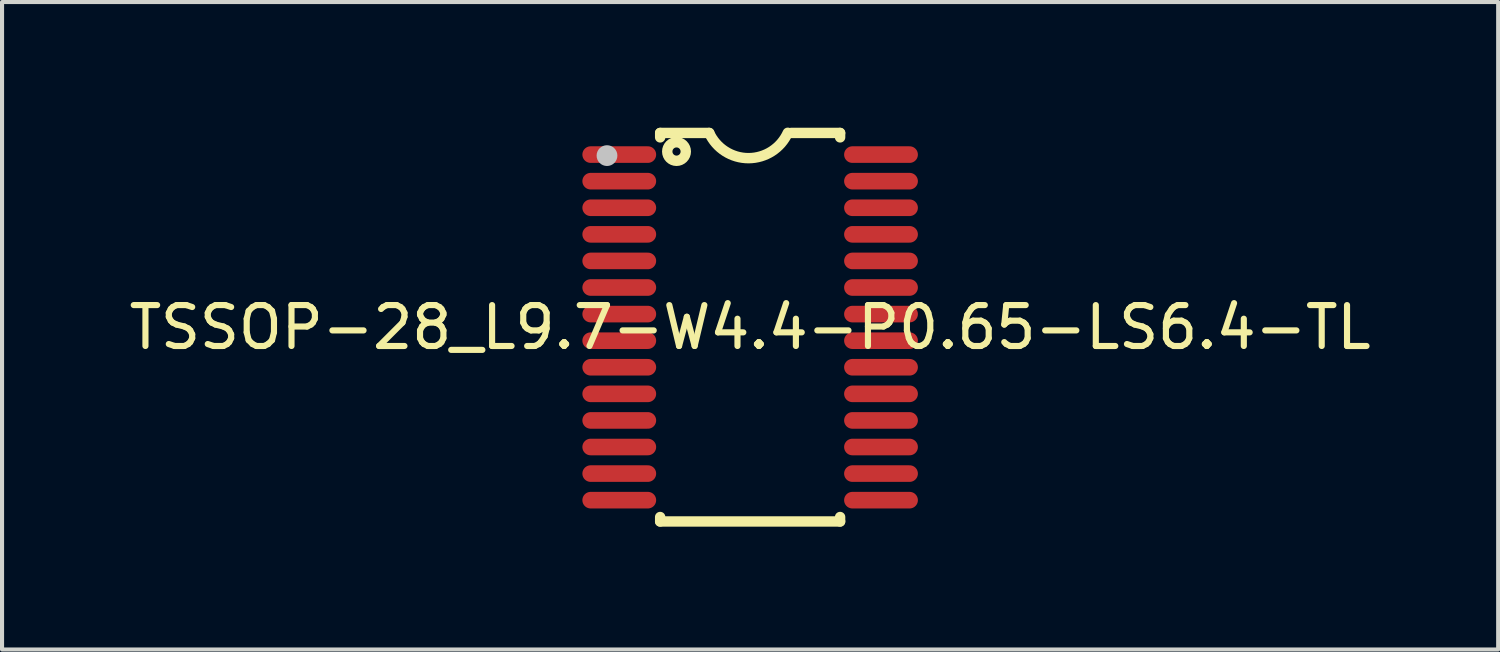
<source format=kicad_pcb>
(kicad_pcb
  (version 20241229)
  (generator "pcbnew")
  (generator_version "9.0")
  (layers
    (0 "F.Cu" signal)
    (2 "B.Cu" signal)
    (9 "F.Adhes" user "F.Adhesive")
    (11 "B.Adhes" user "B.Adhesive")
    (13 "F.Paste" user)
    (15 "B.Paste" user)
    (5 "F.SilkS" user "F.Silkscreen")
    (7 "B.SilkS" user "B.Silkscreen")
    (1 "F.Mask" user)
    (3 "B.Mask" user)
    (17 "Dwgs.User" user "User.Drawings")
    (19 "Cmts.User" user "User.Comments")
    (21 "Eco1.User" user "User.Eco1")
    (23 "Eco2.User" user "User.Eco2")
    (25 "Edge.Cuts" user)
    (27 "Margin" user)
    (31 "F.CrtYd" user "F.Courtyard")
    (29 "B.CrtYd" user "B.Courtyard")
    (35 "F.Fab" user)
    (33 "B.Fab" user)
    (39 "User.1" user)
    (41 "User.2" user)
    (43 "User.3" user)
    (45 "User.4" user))
  (footprint "TSSOP-28_L9.7-W4.4-P0.65-LS6.4-TL"
    (layer "F.Cu")
    (at 15.292 4.955)
    (property "Reference" "TSSOP-28_L9.7-W4.4-P0.65-LS6.4-TL" (at 0 0 0) (layer "F.SilkS") (effects (font (size 1 1) (thickness 0.15))))
    (fp_line (start -2.2 -4.754) (end -2.2 -4.646) (stroke (width 0.254) (type default)) (layer "F.SilkS"))
    (fp_line (start -2.2 -4.754) (end -1 -4.754) (stroke (width 0.254) (type default)) (layer "F.SilkS"))
    (fp_line (start -2.2 4.637) (end -2.2 4.746) (stroke (width 0.254) (type default)) (layer "F.SilkS"))
    (fp_line (start -2.2 4.746) (end 2.2 4.746) (stroke (width 0.254) (type default)) (layer "F.SilkS"))
    (fp_line (start 2.2 -4.754) (end 1 -4.754) (stroke (width 0.254) (type default)) (layer "F.SilkS"))
    (fp_line (start 2.2 -4.754) (end 2.2 -4.646) (stroke (width 0.254) (type default)) (layer "F.SilkS"))
    (fp_line (start 2.2 4.637) (end 2.2 4.746) (stroke (width 0.254) (type default)) (layer "F.SilkS"))
    (fp_arc (start 0.921 -4.758) (mid -0.038265 -4.137679) (end -1 -4.754) (stroke (width 0.254) (type default)) (layer "F.SilkS"))
    (fp_circle (center -1.8 -4.3) (end -1.7 -4.3) (stroke (width 0.254) (type default)) (fill no) (layer "F.SilkS"))
    (fp_circle (center -3.5 -4.2) (end -3.373 -4.2) (stroke (width 0.254) (type default)) (fill no) (layer "Dwgs.User"))
    (fp_poly (pts (xy -3.2 -4.075) (xy -3.2 -4.375) (xy -2.6 -4.375) (xy -2.6 -4.075)) (stroke (width 0.1) (type default)) (fill no) (layer "User.1"))
    (fp_poly (pts (xy -3.2 -3.425) (xy -3.2 -3.725) (xy -2.6 -3.725) (xy -2.6 -3.425)) (stroke (width 0.1) (type default)) (fill no) (layer "User.1"))
    (fp_poly (pts (xy -3.2 -2.775) (xy -3.2 -3.075) (xy -2.6 -3.075) (xy -2.6 -2.775)) (stroke (width 0.1) (type default)) (fill no) (layer "User.1"))
    (fp_poly (pts (xy -3.2 -2.125) (xy -3.2 -2.425) (xy -2.6 -2.425) (xy -2.6 -2.125)) (stroke (width 0.1) (type default)) (fill no) (layer "User.1"))
    (fp_poly (pts (xy -3.2 -1.475) (xy -3.2 -1.775) (xy -2.6 -1.775) (xy -2.6 -1.475)) (stroke (width 0.1) (type default)) (fill no) (layer "User.1"))
    (fp_poly (pts (xy -3.2 -0.825) (xy -3.2 -1.125) (xy -2.6 -1.125) (xy -2.6 -0.825)) (stroke (width 0.1) (type default)) (fill no) (layer "User.1"))
    (fp_poly (pts (xy -3.2 -0.175) (xy -3.2 -0.475) (xy -2.6 -0.475) (xy -2.6 -0.175)) (stroke (width 0.1) (type default)) (fill no) (layer "User.1"))
    (fp_poly (pts (xy -3.2 0.475) (xy -3.2 0.175) (xy -2.6 0.175) (xy -2.6 0.475)) (stroke (width 0.1) (type default)) (fill no) (layer "User.1"))
    (fp_poly (pts (xy -3.2 1.125) (xy -3.2 0.825) (xy -2.6 0.825) (xy -2.6 1.125)) (stroke (width 0.1) (type default)) (fill no) (layer "User.1"))
    (fp_poly (pts (xy -3.2 1.775) (xy -3.2 1.475) (xy -2.6 1.475) (xy -2.6 1.775)) (stroke (width 0.1) (type default)) (fill no) (layer "User.1"))
    (fp_poly (pts (xy -3.2 2.425) (xy -3.2 2.125) (xy -2.6 2.125) (xy -2.6 2.425)) (stroke (width 0.1) (type default)) (fill no) (layer "User.1"))
    (fp_poly (pts (xy -3.2 3.075) (xy -3.2 2.775) (xy -2.6 2.775) (xy -2.6 3.075)) (stroke (width 0.1) (type default)) (fill no) (layer "User.1"))
    (fp_poly (pts (xy -3.2 3.725) (xy -3.2 3.425) (xy -2.6 3.425) (xy -2.6 3.725)) (stroke (width 0.1) (type default)) (fill no) (layer "User.1"))
    (fp_poly (pts (xy -3.2 4.375) (xy -3.2 4.075) (xy -2.6 4.075) (xy -2.6 4.375)) (stroke (width 0.1) (type default)) (fill no) (layer "User.1"))
    (fp_poly (pts (xy -2.61 -4.075) (xy -2.61 -4.375) (xy -2.19 -4.375) (xy -2.19 -4.075)) (stroke (width 0.1) (type default)) (fill no) (layer "User.1"))
    (fp_poly (pts (xy -2.61 -3.425) (xy -2.61 -3.725) (xy -2.19 -3.725) (xy -2.19 -3.425)) (stroke (width 0.1) (type default)) (fill no) (layer "User.1"))
    (fp_poly (pts (xy -2.61 -2.775) (xy -2.61 -3.075) (xy -2.19 -3.075) (xy -2.19 -2.775)) (stroke (width 0.1) (type default)) (fill no) (layer "User.1"))
    (fp_poly (pts (xy -2.61 -2.125) (xy -2.61 -2.425) (xy -2.19 -2.425) (xy -2.19 -2.125)) (stroke (width 0.1) (type default)) (fill no) (layer "User.1"))
    (fp_poly (pts (xy -2.61 -1.475) (xy -2.61 -1.775) (xy -2.19 -1.775) (xy -2.19 -1.475)) (stroke (width 0.1) (type default)) (fill no) (layer "User.1"))
    (fp_poly (pts (xy -2.61 -0.825) (xy -2.61 -1.125) (xy -2.19 -1.125) (xy -2.19 -0.825)) (stroke (width 0.1) (type default)) (fill no) (layer "User.1"))
    (fp_poly (pts (xy -2.61 -0.175) (xy -2.61 -0.475) (xy -2.19 -0.475) (xy -2.19 -0.175)) (stroke (width 0.1) (type default)) (fill no) (layer "User.1"))
    (fp_poly (pts (xy -2.61 0.475) (xy -2.61 0.175) (xy -2.19 0.175) (xy -2.19 0.475)) (stroke (width 0.1) (type default)) (fill no) (layer "User.1"))
    (fp_poly (pts (xy -2.61 1.125) (xy -2.61 0.825) (xy -2.19 0.825) (xy -2.19 1.125)) (stroke (width 0.1) (type default)) (fill no) (layer "User.1"))
    (fp_poly (pts (xy -2.61 1.775) (xy -2.61 1.475) (xy -2.19 1.475) (xy -2.19 1.775)) (stroke (width 0.1) (type default)) (fill no) (layer "User.1"))
    (fp_poly (pts (xy -2.61 2.425) (xy -2.61 2.125) (xy -2.19 2.125) (xy -2.19 2.425)) (stroke (width 0.1) (type default)) (fill no) (layer "User.1"))
    (fp_poly (pts (xy -2.61 3.075) (xy -2.61 2.775) (xy -2.19 2.775) (xy -2.19 3.075)) (stroke (width 0.1) (type default)) (fill no) (layer "User.1"))
    (fp_poly (pts (xy -2.61 3.725) (xy -2.61 3.425) (xy -2.19 3.425) (xy -2.19 3.725)) (stroke (width 0.1) (type default)) (fill no) (layer "User.1"))
    (fp_poly (pts (xy -2.61 4.375) (xy -2.61 4.075) (xy -2.19 4.075) (xy -2.19 4.375)) (stroke (width 0.1) (type default)) (fill no) (layer "User.1"))
    (fp_poly (pts (xy 2.19 -4.075) (xy 2.19 -4.375) (xy 2.61 -4.375) (xy 2.61 -4.075)) (stroke (width 0.1) (type default)) (fill no) (layer "User.1"))
    (fp_poly (pts (xy 2.19 -3.425) (xy 2.19 -3.725) (xy 2.61 -3.725) (xy 2.61 -3.425)) (stroke (width 0.1) (type default)) (fill no) (layer "User.1"))
    (fp_poly (pts (xy 2.19 -2.775) (xy 2.19 -3.075) (xy 2.61 -3.075) (xy 2.61 -2.775)) (stroke (width 0.1) (type default)) (fill no) (layer "User.1"))
    (fp_poly (pts (xy 2.19 -2.125) (xy 2.19 -2.425) (xy 2.61 -2.425) (xy 2.61 -2.125)) (stroke (width 0.1) (type default)) (fill no) (layer "User.1"))
    (fp_poly (pts (xy 2.19 -1.475) (xy 2.19 -1.775) (xy 2.61 -1.775) (xy 2.61 -1.475)) (stroke (width 0.1) (type default)) (fill no) (layer "User.1"))
    (fp_poly (pts (xy 2.19 -0.825) (xy 2.19 -1.125) (xy 2.61 -1.125) (xy 2.61 -0.825)) (stroke (width 0.1) (type default)) (fill no) (layer "User.1"))
    (fp_poly (pts (xy 2.19 -0.175) (xy 2.19 -0.475) (xy 2.61 -0.475) (xy 2.61 -0.175)) (stroke (width 0.1) (type default)) (fill no) (layer "User.1"))
    (fp_poly (pts (xy 2.19 0.475) (xy 2.19 0.175) (xy 2.61 0.175) (xy 2.61 0.475)) (stroke (width 0.1) (type default)) (fill no) (layer "User.1"))
    (fp_poly (pts (xy 2.19 1.125) (xy 2.19 0.825) (xy 2.61 0.825) (xy 2.61 1.125)) (stroke (width 0.1) (type default)) (fill no) (layer "User.1"))
    (fp_poly (pts (xy 2.19 1.775) (xy 2.19 1.475) (xy 2.61 1.475) (xy 2.61 1.775)) (stroke (width 0.1) (type default)) (fill no) (layer "User.1"))
    (fp_poly (pts (xy 2.19 2.425) (xy 2.19 2.125) (xy 2.61 2.125) (xy 2.61 2.425)) (stroke (width 0.1) (type default)) (fill no) (layer "User.1"))
    (fp_poly (pts (xy 2.19 3.075) (xy 2.19 2.775) (xy 2.61 2.775) (xy 2.61 3.075)) (stroke (width 0.1) (type default)) (fill no) (layer "User.1"))
    (fp_poly (pts (xy 2.19 3.725) (xy 2.19 3.425) (xy 2.61 3.425) (xy 2.61 3.725)) (stroke (width 0.1) (type default)) (fill no) (layer "User.1"))
    (fp_poly (pts (xy 2.19 4.375) (xy 2.19 4.075) (xy 2.61 4.075) (xy 2.61 4.375)) (stroke (width 0.1) (type default)) (fill no) (layer "User.1"))
    (fp_poly (pts (xy 2.6 -4.075) (xy 2.6 -4.375) (xy 3.2 -4.375) (xy 3.2 -4.075)) (stroke (width 0.1) (type default)) (fill no) (layer "User.1"))
    (fp_poly (pts (xy 2.6 -3.425) (xy 2.6 -3.725) (xy 3.2 -3.725) (xy 3.2 -3.425)) (stroke (width 0.1) (type default)) (fill no) (layer "User.1"))
    (fp_poly (pts (xy 2.6 -2.775) (xy 2.6 -3.075) (xy 3.2 -3.075) (xy 3.2 -2.775)) (stroke (width 0.1) (type default)) (fill no) (layer "User.1"))
    (fp_poly (pts (xy 2.6 -2.125) (xy 2.6 -2.425) (xy 3.2 -2.425) (xy 3.2 -2.125)) (stroke (width 0.1) (type default)) (fill no) (layer "User.1"))
    (fp_poly (pts (xy 2.6 -1.475) (xy 2.6 -1.775) (xy 3.2 -1.775) (xy 3.2 -1.475)) (stroke (width 0.1) (type default)) (fill no) (layer "User.1"))
    (fp_poly (pts (xy 2.6 -0.825) (xy 2.6 -1.125) (xy 3.2 -1.125) (xy 3.2 -0.825)) (stroke (width 0.1) (type default)) (fill no) (layer "User.1"))
    (fp_poly (pts (xy 2.6 -0.175) (xy 2.6 -0.475) (xy 3.2 -0.475) (xy 3.2 -0.175)) (stroke (width 0.1) (type default)) (fill no) (layer "User.1"))
    (fp_poly (pts (xy 2.6 0.475) (xy 2.6 0.175) (xy 3.2 0.175) (xy 3.2 0.475)) (stroke (width 0.1) (type default)) (fill no) (layer "User.1"))
    (fp_poly (pts (xy 2.6 1.125) (xy 2.6 0.825) (xy 3.2 0.825) (xy 3.2 1.125)) (stroke (width 0.1) (type default)) (fill no) (layer "User.1"))
    (fp_poly (pts (xy 2.6 1.775) (xy 2.6 1.475) (xy 3.2 1.475) (xy 3.2 1.775)) (stroke (width 0.1) (type default)) (fill no) (layer "User.1"))
    (fp_poly (pts (xy 2.6 2.425) (xy 2.6 2.125) (xy 3.2 2.125) (xy 3.2 2.425)) (stroke (width 0.1) (type default)) (fill no) (layer "User.1"))
    (fp_poly (pts (xy 2.6 3.075) (xy 2.6 2.775) (xy 3.2 2.775) (xy 3.2 3.075)) (stroke (width 0.1) (type default)) (fill no) (layer "User.1"))
    (fp_poly (pts (xy 2.6 3.725) (xy 2.6 3.425) (xy 3.2 3.425) (xy 3.2 3.725)) (stroke (width 0.1) (type default)) (fill no) (layer "User.1"))
    (fp_poly (pts (xy 2.6 4.375) (xy 2.6 4.075) (xy 3.2 4.075) (xy 3.2 4.375)) (stroke (width 0.1) (type default)) (fill no) (layer "User.1"))
    (fp_line (start -2.2 -4.85) (end 2.2 -4.85) (stroke (width 0.051) (type default)) (layer "User.2"))
    (fp_line (start -2.2 4.85) (end -2.2 -4.85) (stroke (width 0.051) (type default)) (layer "User.2"))
    (fp_line (start 2.2 -4.85) (end 2.2 4.85) (stroke (width 0.051) (type default)) (layer "User.2"))
    (fp_line (start 2.2 4.85) (end -2.2 4.85) (stroke (width 0.051) (type default)) (layer "User.2"))
    (fp_poly (pts (xy -3.145 -4.873) (xy -3.177 -4.905) (xy -3.223 -4.905) (xy -3.255 -4.873) (xy -3.255 -4.827) (xy -3.223 -4.795) (xy -3.177 -4.795) (xy -3.145 -4.827)) (stroke (width 0.1) (type default)) (fill no) (layer "User.3"))
    (pad "1" smd oval (at -3.2 -4.225) (size 1.804 0.406) (layers "F.Cu" "F.Mask" "F.Paste"))
    (pad "2" smd oval (at -3.2 -3.575) (size 1.804 0.406) (layers "F.Cu" "F.Mask" "F.Paste"))
    (pad "3" smd oval (at -3.2 -2.925) (size 1.804 0.406) (layers "F.Cu" "F.Mask" "F.Paste"))
    (pad "4" smd oval (at -3.2 -2.275) (size 1.804 0.406) (layers "F.Cu" "F.Mask" "F.Paste"))
    (pad "5" smd oval (at -3.2 -1.625) (size 1.804 0.406) (layers "F.Cu" "F.Mask" "F.Paste"))
    (pad "6" smd oval (at -3.2 -0.975) (size 1.804 0.406) (layers "F.Cu" "F.Mask" "F.Paste"))
    (pad "7" smd oval (at -3.2 -0.325) (size 1.804 0.406) (layers "F.Cu" "F.Mask" "F.Paste"))
    (pad "8" smd oval (at -3.2 0.325) (size 1.804 0.406) (layers "F.Cu" "F.Mask" "F.Paste"))
    (pad "9" smd oval (at -3.2 0.975) (size 1.804 0.406) (layers "F.Cu" "F.Mask" "F.Paste"))
    (pad "10" smd oval (at -3.2 1.625) (size 1.804 0.406) (layers "F.Cu" "F.Mask" "F.Paste"))
    (pad "11" smd oval (at -3.2 2.275) (size 1.804 0.406) (layers "F.Cu" "F.Mask" "F.Paste"))
    (pad "12" smd oval (at -3.2 2.925) (size 1.804 0.406) (layers "F.Cu" "F.Mask" "F.Paste"))
    (pad "13" smd oval (at -3.2 3.575) (size 1.804 0.406) (layers "F.Cu" "F.Mask" "F.Paste"))
    (pad "14" smd oval (at -3.2 4.225) (size 1.804 0.406) (layers "F.Cu" "F.Mask" "F.Paste"))
    (pad "15" smd oval (at 3.2 4.225) (size 1.804 0.406) (layers "F.Cu" "F.Mask" "F.Paste"))
    (pad "16" smd oval (at 3.2 3.575) (size 1.804 0.406) (layers "F.Cu" "F.Mask" "F.Paste"))
    (pad "17" smd oval (at 3.2 2.925) (size 1.804 0.406) (layers "F.Cu" "F.Mask" "F.Paste"))
    (pad "18" smd oval (at 3.2 2.275) (size 1.804 0.406) (layers "F.Cu" "F.Mask" "F.Paste"))
    (pad "19" smd oval (at 3.2 1.625) (size 1.804 0.406) (layers "F.Cu" "F.Mask" "F.Paste"))
    (pad "20" smd oval (at 3.2 0.975) (size 1.804 0.406) (layers "F.Cu" "F.Mask" "F.Paste"))
    (pad "21" smd oval (at 3.2 0.325) (size 1.804 0.406) (layers "F.Cu" "F.Mask" "F.Paste"))
    (pad "22" smd oval (at 3.2 -0.325) (size 1.804 0.406) (layers "F.Cu" "F.Mask" "F.Paste"))
    (pad "23" smd oval (at 3.2 -0.975) (size 1.804 0.406) (layers "F.Cu" "F.Mask" "F.Paste"))
    (pad "24" smd oval (at 3.2 -1.625) (size 1.804 0.406) (layers "F.Cu" "F.Mask" "F.Paste"))
    (pad "25" smd oval (at 3.2 -2.275) (size 1.804 0.406) (layers "F.Cu" "F.Mask" "F.Paste"))
    (pad "26" smd oval (at 3.2 -2.925) (size 1.804 0.406) (layers "F.Cu" "F.Mask" "F.Paste"))
    (pad "27" smd oval (at 3.2 -3.575) (size 1.804 0.406) (layers "F.Cu" "F.Mask" "F.Paste"))
    (pad "28" smd oval (at 3.2 -4.225) (size 1.804 0.406) (layers "F.Cu" "F.Mask" "F.Paste")))
  (gr_rect
    (start -3 -3)
    (end 33.583 12.831)
    (stroke (width 0.1) (type default))
    (fill no)
    (layer "Edge.Cuts")))
</source>
